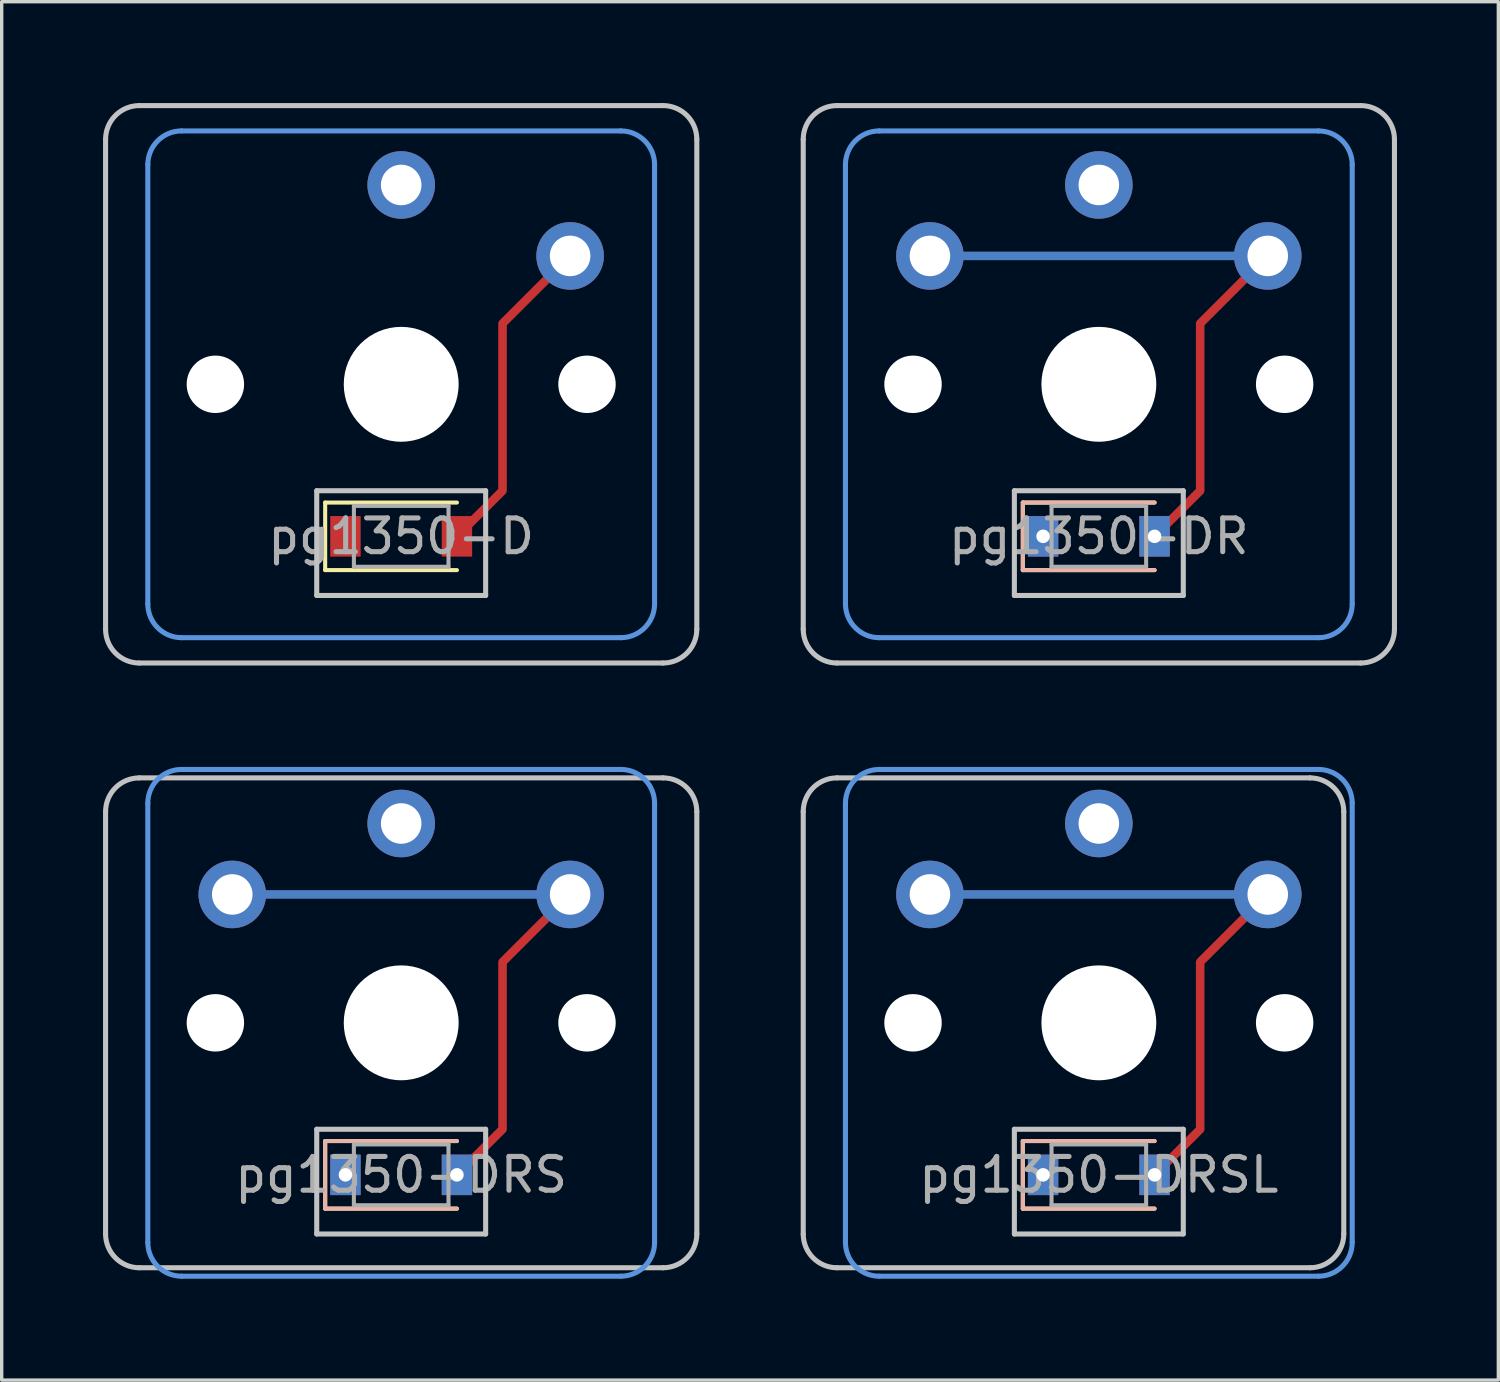
<source format=kicad_pcb>
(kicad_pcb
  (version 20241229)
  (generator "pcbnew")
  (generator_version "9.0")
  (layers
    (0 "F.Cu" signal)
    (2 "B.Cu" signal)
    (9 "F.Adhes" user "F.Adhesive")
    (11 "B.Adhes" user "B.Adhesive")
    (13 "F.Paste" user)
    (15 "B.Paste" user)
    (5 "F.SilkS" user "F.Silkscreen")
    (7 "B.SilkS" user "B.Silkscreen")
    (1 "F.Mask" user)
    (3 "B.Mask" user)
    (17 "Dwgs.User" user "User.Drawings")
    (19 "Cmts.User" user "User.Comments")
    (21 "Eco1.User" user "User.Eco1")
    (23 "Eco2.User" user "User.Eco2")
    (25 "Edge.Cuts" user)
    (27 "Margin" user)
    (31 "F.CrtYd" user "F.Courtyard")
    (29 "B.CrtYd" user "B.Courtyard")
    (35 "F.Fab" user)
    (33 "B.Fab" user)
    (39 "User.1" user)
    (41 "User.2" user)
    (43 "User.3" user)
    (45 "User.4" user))
  (footprint "pg1350-DRS"
    (layer "F.Cu")
    (at 8.825 31.725)
    (property "Reference" "pg1350-DRS" (at 0 0 0) (layer "F.Fab") (effects (font (size 1 1) (thickness 0.15))))
    (attr through_hole)
    (fp_line (start -2.25 -1) (end -2.25 1) (stroke (width 0.12) (type solid)) (layer "F.SilkS"))
    (fp_line (start -2.25 -1) (end 1.65 -1) (stroke (width 0.12) (type solid)) (layer "F.SilkS"))
    (fp_line (start -2.25 1) (end 1.65 1) (stroke (width 0.12) (type solid)) (layer "F.SilkS"))
    (fp_line (start -2.25 -1) (end -2.25 1) (stroke (width 0.12) (type solid)) (layer "B.SilkS"))
    (fp_line (start -2.25 -1) (end 1.65 -1) (stroke (width 0.12) (type solid)) (layer "B.SilkS"))
    (fp_line (start -2.25 1) (end 1.65 1) (stroke (width 0.12) (type solid)) (layer "B.SilkS"))
    (fp_line (start -8.75 1.75) (end -8.75 -10.75) (stroke (width 0.15) (type solid)) (layer "Dwgs.User"))
    (fp_line (start -7.75 -11.75) (end 7.75 -11.75) (stroke (width 0.15) (type solid)) (layer "Dwgs.User"))
    (fp_line (start -2.5 -1.35) (end -2.5 1.75) (stroke (width 0.15) (type solid)) (layer "Dwgs.User"))
    (fp_line (start -2.5 1.75) (end 2.5 1.75) (stroke (width 0.15) (type solid)) (layer "Dwgs.User"))
    (fp_line (start 2.5 -1.35) (end -2.5 -1.35) (stroke (width 0.15) (type solid)) (layer "Dwgs.User"))
    (fp_line (start 2.5 1.75) (end 2.5 -1.35) (stroke (width 0.15) (type solid)) (layer "Dwgs.User"))
    (fp_line (start 7.75 2.75) (end -7.75 2.75) (stroke (width 0.15) (type solid)) (layer "Dwgs.User"))
    (fp_line (start 8.75 -10.75) (end 8.75 1.75) (stroke (width 0.15) (type solid)) (layer "Dwgs.User"))
    (fp_arc (start -8.75 -10.75) (mid -8.457107 -11.457107) (end -7.75 -11.75) (stroke (width 0.15) (type solid)) (layer "Dwgs.User"))
    (fp_arc (start -7.75 2.75) (mid -8.457107 2.457107) (end -8.75 1.75) (stroke (width 0.15) (type solid)) (layer "Dwgs.User"))
    (fp_arc (start 7.75 -11.75) (mid 8.457107 -11.457107) (end 8.75 -10.75) (stroke (width 0.15) (type solid)) (layer "Dwgs.User"))
    (fp_arc (start 8.75 1.75) (mid 8.457107 2.457107) (end 7.75 2.75) (stroke (width 0.15) (type solid)) (layer "Dwgs.User"))
    (fp_line (start -7.5 2) (end -7.5 -11) (stroke (width 0.15) (type solid)) (layer "Cmts.User"))
    (fp_line (start -6.5 -12) (end 6.5 -12) (stroke (width 0.15) (type solid)) (layer "Cmts.User"))
    (fp_line (start 6.5 3) (end -6.5 3) (stroke (width 0.15) (type solid)) (layer "Cmts.User"))
    (fp_line (start 7.5 -11) (end 7.5 2) (stroke (width 0.15) (type solid)) (layer "Cmts.User"))
    (fp_arc (start -7.5 -11) (mid -7.207107 -11.707107) (end -6.5 -12) (stroke (width 0.15) (type solid)) (layer "Cmts.User"))
    (fp_arc (start -6.5 3) (mid -7.207107 2.707107) (end -7.5 2) (stroke (width 0.15) (type solid)) (layer "Cmts.User"))
    (fp_arc (start 6.5 -12) (mid 7.207107 -11.707107) (end 7.5 -11) (stroke (width 0.15) (type solid)) (layer "Cmts.User"))
    (fp_arc (start 7.5 2) (mid 7.207107 2.707107) (end 6.5 3) (stroke (width 0.15) (type solid)) (layer "Cmts.User"))
    (fp_line (start -1.4 -0.9) (end -1.4 0.9) (stroke (width 0.12) (type solid)) (layer "F.Fab"))
    (fp_line (start -1.4 0.9) (end 1.4 0.9) (stroke (width 0.12) (type solid)) (layer "F.Fab"))
    (fp_line (start 1.4 -0.9) (end -1.4 -0.9) (stroke (width 0.12) (type solid)) (layer "F.Fab"))
    (fp_line (start 1.4 0.9) (end 1.4 -0.9) (stroke (width 0.12) (type solid)) (layer "F.Fab"))
    (pad "" np_thru_hole circle (at -5.5 -4.5) (size 1.7 1.7) (drill 1.7) (layers "*.Cu" "*.Mask"))
    (pad "" np_thru_hole circle (at 0 -4.5) (size 3.4 3.4) (drill 3.4) (layers "*.Cu" "*.Mask"))
    (pad "" np_thru_hole circle (at 5.5 -4.5) (size 1.7 1.7) (drill 1.7) (layers "*.Cu" "*.Mask"))
    (pad "1" thru_hole circle (at 0 -10.4) (size 2 2) (drill 1.2) (layers "*.Cu" "*.Mask"))
    (pad "2" thru_hole circle (at -5 -8.3) (size 2 2) (drill 1.2) (layers "*.Cu" "F.Mask"))
    (pad "2" thru_hole rect (at -1.65 0) (size 0.9 1.2) (drill 0.4) (layers "*.Cu" "*.Mask"))
    (pad "2" thru_hole circle (at 5 -8.3) (size 2 2) (drill 1.2) (layers "*.Cu" "B.Mask"))
    (pad "3" smd custom (at -5 -8.3) (size 0.001 0.001) (layers "B.Cu") (options (anchor circle)) (primitives (gr_line (start 0 0) (end 10 0) (width 0.254))))
    (pad "3" thru_hole rect (at 1.65 0) (size 0.9 1.2) (drill 0.4) (layers "*.Cu" "*.Mask"))
    (pad "3" smd custom (at 5 -8.3) (size 0.001 0.001) (layers "F.Cu") (options (anchor circle)) (primitives (gr_line (start 0 0) (end -2 2) (width 0.254)) (gr_line (start -2 2) (end -2 6.95) (width 0.254)) (gr_line (start -2 6.95) (end -3.35 8.3) (width 0.254)))))
  (footprint "pg1350-D"
    (layer "F.Cu")
    (at 8.825 12.825)
    (property "Reference" "pg1350-D" (at 0 0 0) (layer "F.Fab") (effects (font (size 1 1) (thickness 0.15))))
    (attr through_hole)
    (fp_line (start -2.25 -1) (end -2.25 1) (stroke (width 0.12) (type solid)) (layer "F.SilkS"))
    (fp_line (start -2.25 -1) (end 1.65 -1) (stroke (width 0.12) (type solid)) (layer "F.SilkS"))
    (fp_line (start -2.25 1) (end 1.65 1) (stroke (width 0.12) (type solid)) (layer "F.SilkS"))
    (fp_line (start -8.75 2.75) (end -8.75 -11.75) (stroke (width 0.15) (type solid)) (layer "Dwgs.User"))
    (fp_line (start -7.75 -12.75) (end 7.75 -12.75) (stroke (width 0.15) (type solid)) (layer "Dwgs.User"))
    (fp_line (start -2.5 -1.35) (end -2.5 1.75) (stroke (width 0.15) (type solid)) (layer "Dwgs.User"))
    (fp_line (start -2.5 1.75) (end 2.5 1.75) (stroke (width 0.15) (type solid)) (layer "Dwgs.User"))
    (fp_line (start 2.5 -1.35) (end -2.5 -1.35) (stroke (width 0.15) (type solid)) (layer "Dwgs.User"))
    (fp_line (start 2.5 1.75) (end 2.5 -1.35) (stroke (width 0.15) (type solid)) (layer "Dwgs.User"))
    (fp_line (start 7.75 3.75) (end -7.75 3.75) (stroke (width 0.15) (type solid)) (layer "Dwgs.User"))
    (fp_line (start 8.75 -11.75) (end 8.75 2.75) (stroke (width 0.15) (type solid)) (layer "Dwgs.User"))
    (fp_arc (start -8.75 -11.75) (mid -8.457107 -12.457107) (end -7.75 -12.75) (stroke (width 0.15) (type solid)) (layer "Dwgs.User"))
    (fp_arc (start -7.75 3.75) (mid -8.457107 3.457107) (end -8.75 2.75) (stroke (width 0.15) (type solid)) (layer "Dwgs.User"))
    (fp_arc (start 7.75 -12.75) (mid 8.457107 -12.457107) (end 8.75 -11.75) (stroke (width 0.15) (type solid)) (layer "Dwgs.User"))
    (fp_arc (start 8.75 2.75) (mid 8.457107 3.457107) (end 7.75 3.75) (stroke (width 0.15) (type solid)) (layer "Dwgs.User"))
    (fp_line (start -7.5 2) (end -7.5 -11) (stroke (width 0.15) (type solid)) (layer "Cmts.User"))
    (fp_line (start -6.5 -12) (end 6.5 -12) (stroke (width 0.15) (type solid)) (layer "Cmts.User"))
    (fp_line (start 6.5 3) (end -6.5 3) (stroke (width 0.15) (type solid)) (layer "Cmts.User"))
    (fp_line (start 7.5 -11) (end 7.5 2) (stroke (width 0.15) (type solid)) (layer "Cmts.User"))
    (fp_arc (start -7.5 -11) (mid -7.207107 -11.707107) (end -6.5 -12) (stroke (width 0.15) (type solid)) (layer "Cmts.User"))
    (fp_arc (start -6.5 3) (mid -7.207107 2.707107) (end -7.5 2) (stroke (width 0.15) (type solid)) (layer "Cmts.User"))
    (fp_arc (start 6.5 -12) (mid 7.207107 -11.707107) (end 7.5 -11) (stroke (width 0.15) (type solid)) (layer "Cmts.User"))
    (fp_arc (start 7.5 2) (mid 7.207107 2.707107) (end 6.5 3) (stroke (width 0.15) (type solid)) (layer "Cmts.User"))
    (fp_line (start -1.4 -0.9) (end -1.4 0.9) (stroke (width 0.12) (type solid)) (layer "F.Fab"))
    (fp_line (start -1.4 0.9) (end 1.4 0.9) (stroke (width 0.12) (type solid)) (layer "F.Fab"))
    (fp_line (start 1.4 -0.9) (end -1.4 -0.9) (stroke (width 0.12) (type solid)) (layer "F.Fab"))
    (fp_line (start 1.4 0.9) (end 1.4 -0.9) (stroke (width 0.12) (type solid)) (layer "F.Fab"))
    (pad "" np_thru_hole circle (at -5.5 -4.5) (size 1.7 1.7) (drill 1.7) (layers "*.Cu" "*.Mask"))
    (pad "" np_thru_hole circle (at 0 -4.5) (size 3.4 3.4) (drill 3.4) (layers "*.Cu" "*.Mask"))
    (pad "" np_thru_hole circle (at 5.5 -4.5) (size 1.7 1.7) (drill 1.7) (layers "*.Cu" "*.Mask"))
    (pad "1" thru_hole circle (at 0 -10.4) (size 2 2) (drill 1.2) (layers "*.Cu" "B.Mask"))
    (pad "2" smd rect (at -1.65 0) (size 0.9 1.2) (layers "F.Cu" "F.Mask" "F.Paste"))
    (pad "2" thru_hole circle (at 5 -8.3) (size 2 2) (drill 1.2) (layers "*.Cu" "B.Mask"))
    (pad "3" smd rect (at 1.65 0) (size 0.9 1.2) (layers "F.Cu" "F.Mask" "F.Paste"))
    (pad "3" smd custom (at 5 -8.3) (size 0.001 0.001) (layers "F.Cu") (options (anchor circle)) (primitives (gr_line (start 0 0) (end -2 2) (width 0.254)) (gr_line (start -2 2) (end -2 6.95) (width 0.254)) (gr_line (start -2 6.95) (end -3.35 8.3) (width 0.254)))))
  (footprint "pg1350-DR"
    (layer "F.Cu")
    (at 29.475 12.825)
    (property "Reference" "pg1350-DR" (at 0 0 0) (layer "F.Fab") (effects (font (size 1 1) (thickness 0.15))))
    (attr through_hole)
    (fp_line (start -2.25 -1) (end -2.25 1) (stroke (width 0.12) (type solid)) (layer "F.SilkS"))
    (fp_line (start -2.25 -1) (end 1.65 -1) (stroke (width 0.12) (type solid)) (layer "F.SilkS"))
    (fp_line (start -2.25 1) (end 1.65 1) (stroke (width 0.12) (type solid)) (layer "F.SilkS"))
    (fp_line (start -2.25 -1) (end -2.25 1) (stroke (width 0.12) (type solid)) (layer "B.SilkS"))
    (fp_line (start -2.25 -1) (end 1.65 -1) (stroke (width 0.12) (type solid)) (layer "B.SilkS"))
    (fp_line (start -2.25 1) (end 1.65 1) (stroke (width 0.12) (type solid)) (layer "B.SilkS"))
    (fp_line (start -8.75 2.75) (end -8.75 -11.75) (stroke (width 0.15) (type solid)) (layer "Dwgs.User"))
    (fp_line (start -7.75 -12.75) (end 7.75 -12.75) (stroke (width 0.15) (type solid)) (layer "Dwgs.User"))
    (fp_line (start -2.5 -1.35) (end -2.5 1.75) (stroke (width 0.15) (type solid)) (layer "Dwgs.User"))
    (fp_line (start -2.5 1.75) (end 2.5 1.75) (stroke (width 0.15) (type solid)) (layer "Dwgs.User"))
    (fp_line (start 2.5 -1.35) (end -2.5 -1.35) (stroke (width 0.15) (type solid)) (layer "Dwgs.User"))
    (fp_line (start 2.5 1.75) (end 2.5 -1.35) (stroke (width 0.15) (type solid)) (layer "Dwgs.User"))
    (fp_line (start 7.75 3.75) (end -7.75 3.75) (stroke (width 0.15) (type solid)) (layer "Dwgs.User"))
    (fp_line (start 8.75 -11.75) (end 8.75 2.75) (stroke (width 0.15) (type solid)) (layer "Dwgs.User"))
    (fp_arc (start -8.75 -11.75) (mid -8.457107 -12.457107) (end -7.75 -12.75) (stroke (width 0.15) (type solid)) (layer "Dwgs.User"))
    (fp_arc (start -7.75 3.75) (mid -8.457107 3.457107) (end -8.75 2.75) (stroke (width 0.15) (type solid)) (layer "Dwgs.User"))
    (fp_arc (start 7.75 -12.75) (mid 8.457107 -12.457107) (end 8.75 -11.75) (stroke (width 0.15) (type solid)) (layer "Dwgs.User"))
    (fp_arc (start 8.75 2.75) (mid 8.457107 3.457107) (end 7.75 3.75) (stroke (width 0.15) (type solid)) (layer "Dwgs.User"))
    (fp_line (start -7.5 2) (end -7.5 -11) (stroke (width 0.15) (type solid)) (layer "Cmts.User"))
    (fp_line (start -6.5 -12) (end 6.5 -12) (stroke (width 0.15) (type solid)) (layer "Cmts.User"))
    (fp_line (start 6.5 3) (end -6.5 3) (stroke (width 0.15) (type solid)) (layer "Cmts.User"))
    (fp_line (start 7.5 -11) (end 7.5 2) (stroke (width 0.15) (type solid)) (layer "Cmts.User"))
    (fp_arc (start -7.5 -11) (mid -7.207107 -11.707107) (end -6.5 -12) (stroke (width 0.15) (type solid)) (layer "Cmts.User"))
    (fp_arc (start -6.5 3) (mid -7.207107 2.707107) (end -7.5 2) (stroke (width 0.15) (type solid)) (layer "Cmts.User"))
    (fp_arc (start 6.5 -12) (mid 7.207107 -11.707107) (end 7.5 -11) (stroke (width 0.15) (type solid)) (layer "Cmts.User"))
    (fp_arc (start 7.5 2) (mid 7.207107 2.707107) (end 6.5 3) (stroke (width 0.15) (type solid)) (layer "Cmts.User"))
    (fp_line (start -1.4 -0.9) (end -1.4 0.9) (stroke (width 0.12) (type solid)) (layer "F.Fab"))
    (fp_line (start -1.4 0.9) (end 1.4 0.9) (stroke (width 0.12) (type solid)) (layer "F.Fab"))
    (fp_line (start 1.4 -0.9) (end -1.4 -0.9) (stroke (width 0.12) (type solid)) (layer "F.Fab"))
    (fp_line (start 1.4 0.9) (end 1.4 -0.9) (stroke (width 0.12) (type solid)) (layer "F.Fab"))
    (pad "" np_thru_hole circle (at -5.5 -4.5) (size 1.7 1.7) (drill 1.7) (layers "*.Cu" "*.Mask"))
    (pad "" np_thru_hole circle (at 0 -4.5) (size 3.4 3.4) (drill 3.4) (layers "*.Cu" "*.Mask"))
    (pad "" np_thru_hole circle (at 5.5 -4.5) (size 1.7 1.7) (drill 1.7) (layers "*.Cu" "*.Mask"))
    (pad "1" thru_hole circle (at 0 -10.4) (size 2 2) (drill 1.2) (layers "*.Cu" "*.Mask"))
    (pad "2" thru_hole circle (at -5 -8.3) (size 2 2) (drill 1.2) (layers "*.Cu" "F.Mask"))
    (pad "2" thru_hole rect (at -1.65 0) (size 0.9 1.2) (drill 0.4) (layers "*.Cu" "*.Mask"))
    (pad "2" thru_hole circle (at 5 -8.3) (size 2 2) (drill 1.2) (layers "*.Cu" "B.Mask"))
    (pad "3" smd custom (at -5 -8.3) (size 0.001 0.001) (layers "B.Cu") (options (anchor circle)) (primitives (gr_line (start 0 0) (end 10 0) (width 0.254))))
    (pad "3" thru_hole rect (at 1.65 0) (size 0.9 1.2) (drill 0.4) (layers "*.Cu" "*.Mask"))
    (pad "3" smd custom (at 5 -8.3) (size 0.001 0.001) (layers "F.Cu") (options (anchor circle)) (primitives (gr_line (start 0 0) (end -2 2) (width 0.254)) (gr_line (start -2 2) (end -2 6.95) (width 0.254)) (gr_line (start -2 6.95) (end -3.35 8.3) (width 0.254)))))
  (footprint "pg1350-DRSL"
    (layer "F.Cu")
    (at 29.475 31.725)
    (property "Reference" "pg1350-DRSL" (at 0 0 0) (layer "F.Fab") (effects (font (size 1 1) (thickness 0.15))))
    (attr through_hole)
    (fp_line (start -2.25 -1) (end -2.25 1) (stroke (width 0.12) (type solid)) (layer "F.SilkS"))
    (fp_line (start -2.25 -1) (end 1.65 -1) (stroke (width 0.12) (type solid)) (layer "F.SilkS"))
    (fp_line (start -2.25 1) (end 1.65 1) (stroke (width 0.12) (type solid)) (layer "F.SilkS"))
    (fp_line (start -2.25 -1) (end -2.25 1) (stroke (width 0.12) (type solid)) (layer "B.SilkS"))
    (fp_line (start -2.25 -1) (end 1.65 -1) (stroke (width 0.12) (type solid)) (layer "B.SilkS"))
    (fp_line (start -2.25 1) (end 1.65 1) (stroke (width 0.12) (type solid)) (layer "B.SilkS"))
    (fp_line (start -8.75 1.75) (end -8.75 -10.75) (stroke (width 0.15) (type solid)) (layer "Dwgs.User"))
    (fp_line (start -7.75 -11.75) (end 6.25 -11.75) (stroke (width 0.15) (type solid)) (layer "Dwgs.User"))
    (fp_line (start -2.5 -1.35) (end -2.5 1.75) (stroke (width 0.15) (type solid)) (layer "Dwgs.User"))
    (fp_line (start -2.5 1.75) (end 2.5 1.75) (stroke (width 0.15) (type solid)) (layer "Dwgs.User"))
    (fp_line (start 2.5 -1.35) (end -2.5 -1.35) (stroke (width 0.15) (type solid)) (layer "Dwgs.User"))
    (fp_line (start 2.5 1.75) (end 2.5 -1.35) (stroke (width 0.15) (type solid)) (layer "Dwgs.User"))
    (fp_line (start 6.25 2.75) (end -7.75 2.75) (stroke (width 0.15) (type solid)) (layer "Dwgs.User"))
    (fp_line (start 7.25 -10.75) (end 7.25 1.75) (stroke (width 0.15) (type solid)) (layer "Dwgs.User"))
    (fp_arc (start -8.75 -10.75) (mid -8.457107 -11.457107) (end -7.75 -11.75) (stroke (width 0.15) (type solid)) (layer "Dwgs.User"))
    (fp_arc (start -7.75 2.75) (mid -8.457107 2.457107) (end -8.75 1.75) (stroke (width 0.15) (type solid)) (layer "Dwgs.User"))
    (fp_arc (start 6.25 -11.75) (mid 6.957107 -11.457107) (end 7.25 -10.75) (stroke (width 0.15) (type solid)) (layer "Dwgs.User"))
    (fp_arc (start 7.25 1.75) (mid 6.957107 2.457107) (end 6.25 2.75) (stroke (width 0.15) (type solid)) (layer "Dwgs.User"))
    (fp_line (start -7.5 2) (end -7.5 -11) (stroke (width 0.15) (type solid)) (layer "Cmts.User"))
    (fp_line (start -6.5 -12) (end 6.5 -12) (stroke (width 0.15) (type solid)) (layer "Cmts.User"))
    (fp_line (start 6.5 3) (end -6.5 3) (stroke (width 0.15) (type solid)) (layer "Cmts.User"))
    (fp_line (start 7.5 -11) (end 7.5 2) (stroke (width 0.15) (type solid)) (layer "Cmts.User"))
    (fp_arc (start -7.5 -11) (mid -7.207107 -11.707107) (end -6.5 -12) (stroke (width 0.15) (type solid)) (layer "Cmts.User"))
    (fp_arc (start -6.5 3) (mid -7.207107 2.707107) (end -7.5 2) (stroke (width 0.15) (type solid)) (layer "Cmts.User"))
    (fp_arc (start 6.5 -12) (mid 7.207107 -11.707107) (end 7.5 -11) (stroke (width 0.15) (type solid)) (layer "Cmts.User"))
    (fp_arc (start 7.5 2) (mid 7.207107 2.707107) (end 6.5 3) (stroke (width 0.15) (type solid)) (layer "Cmts.User"))
    (fp_line (start -1.4 -0.9) (end -1.4 0.9) (stroke (width 0.12) (type solid)) (layer "F.Fab"))
    (fp_line (start -1.4 0.9) (end 1.4 0.9) (stroke (width 0.12) (type solid)) (layer "F.Fab"))
    (fp_line (start 1.4 -0.9) (end -1.4 -0.9) (stroke (width 0.12) (type solid)) (layer "F.Fab"))
    (fp_line (start 1.4 0.9) (end 1.4 -0.9) (stroke (width 0.12) (type solid)) (layer "F.Fab"))
    (pad "" np_thru_hole circle (at -5.5 -4.5) (size 1.7 1.7) (drill 1.7) (layers "*.Cu" "*.Mask"))
    (pad "" np_thru_hole circle (at 0 -4.5) (size 3.4 3.4) (drill 3.4) (layers "*.Cu" "*.Mask"))
    (pad "" np_thru_hole circle (at 5.5 -4.5) (size 1.7 1.7) (drill 1.7) (layers "*.Cu" "*.Mask"))
    (pad "1" thru_hole circle (at 0 -10.4) (size 2 2) (drill 1.2) (layers "*.Cu" "*.Mask"))
    (pad "2" thru_hole circle (at -5 -8.3) (size 2 2) (drill 1.2) (layers "*.Cu" "F.Mask"))
    (pad "2" thru_hole rect (at -1.65 0) (size 0.9 1.2) (drill 0.4) (layers "*.Cu" "*.Mask"))
    (pad "2" thru_hole circle (at 5 -8.3) (size 2 2) (drill 1.2) (layers "*.Cu" "B.Mask"))
    (pad "3" smd custom (at -5 -8.3) (size 0.001 0.001) (layers "B.Cu") (options (anchor circle)) (primitives (gr_line (start 0 0) (end 10 0) (width 0.254))))
    (pad "3" thru_hole rect (at 1.65 0) (size 0.9 1.2) (drill 0.4) (layers "*.Cu" "*.Mask"))
    (pad "3" smd custom (at 5 -8.3) (size 0.001 0.001) (layers "F.Cu") (options (anchor circle)) (primitives (gr_line (start 0 0) (end -2 2) (width 0.254)) (gr_line (start -2 2) (end -2 6.95) (width 0.254)) (gr_line (start -2 6.95) (end -3.35 8.3) (width 0.254)))))
  (gr_rect
    (start -3 -3)
    (end 41.3 37.8)
    (stroke (width 0.1) (type default))
    (fill no)
    (layer "Edge.Cuts")))
</source>
